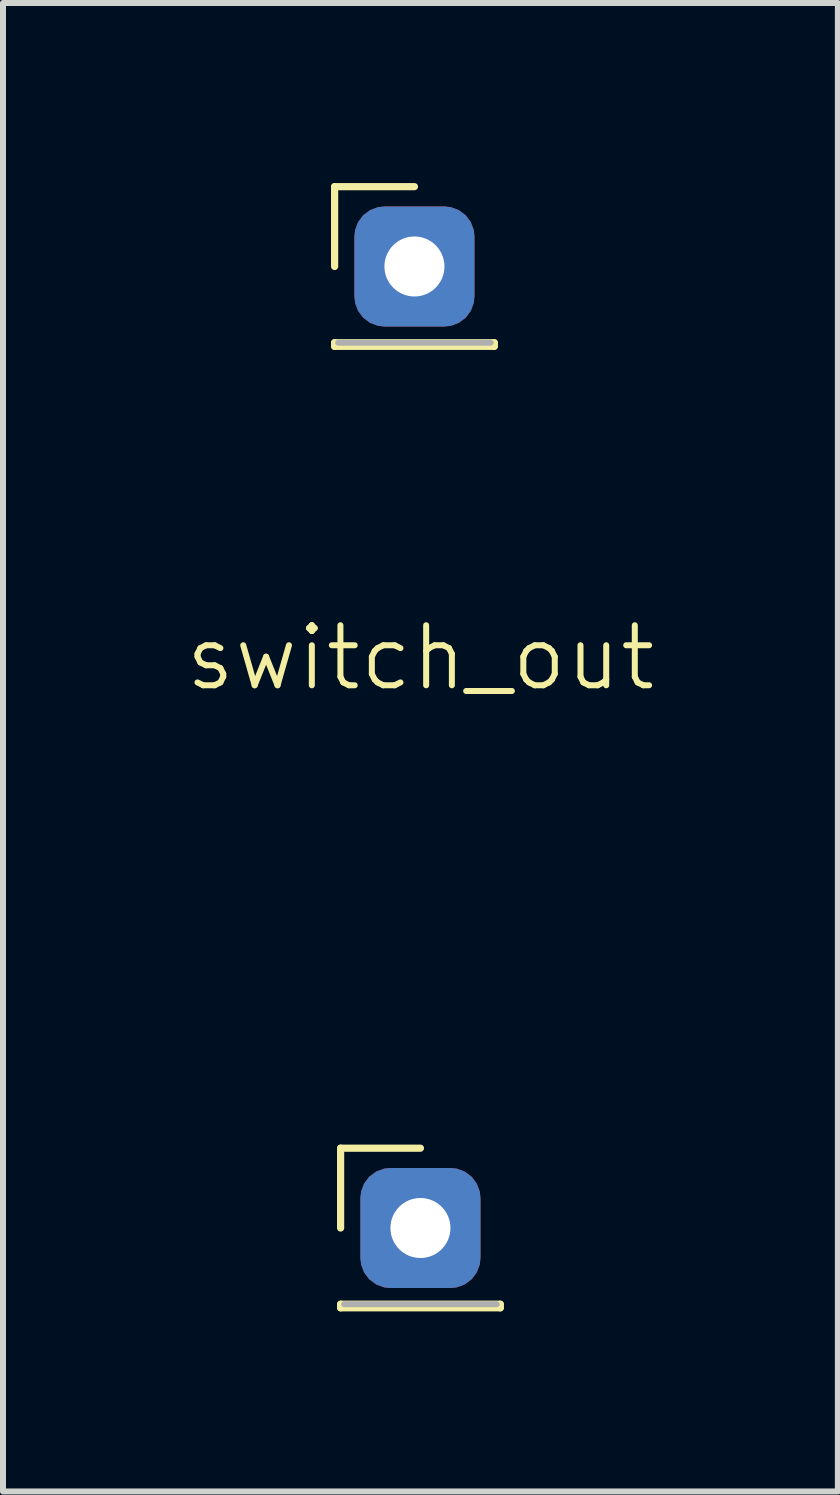
<source format=kicad_pcb>
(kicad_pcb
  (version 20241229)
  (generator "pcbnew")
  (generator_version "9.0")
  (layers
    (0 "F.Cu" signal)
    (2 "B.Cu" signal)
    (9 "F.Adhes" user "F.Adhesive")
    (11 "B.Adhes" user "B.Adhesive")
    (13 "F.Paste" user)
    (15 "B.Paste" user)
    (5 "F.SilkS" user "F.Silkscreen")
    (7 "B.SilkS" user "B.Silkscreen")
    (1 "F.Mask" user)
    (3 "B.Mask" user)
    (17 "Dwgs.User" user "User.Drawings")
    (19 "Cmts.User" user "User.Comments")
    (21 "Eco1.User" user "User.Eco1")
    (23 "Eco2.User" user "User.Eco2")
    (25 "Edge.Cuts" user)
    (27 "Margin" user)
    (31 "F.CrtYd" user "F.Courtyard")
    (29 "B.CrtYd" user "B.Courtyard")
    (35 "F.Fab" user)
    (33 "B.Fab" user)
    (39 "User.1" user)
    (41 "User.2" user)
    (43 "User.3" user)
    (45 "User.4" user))
  (footprint "switch_out"
    (layer "F.Cu")
    (at 3.955 8.41)
    (property "Reference" "switch_out" (at 0 -0.5 0) (unlocked yes) (layer "F.SilkS") (effects (font (size 1 1) (thickness 0.1))))
    (attr smd)
    (fp_line (start -1.43 -8.35) (end -0.1 -8.35) (stroke (width 0.12) (type solid)) (layer "F.SilkS"))
    (fp_line (start -1.43 -7.02) (end -1.43 -8.35) (stroke (width 0.12) (type solid)) (layer "F.SilkS"))
    (fp_line (start -1.43 -5.75) (end -1.43 -5.69) (stroke (width 0.12) (type solid)) (layer "F.SilkS"))
    (fp_line (start -1.43 -5.75) (end 1.23 -5.75) (stroke (width 0.12) (type solid)) (layer "F.SilkS"))
    (fp_line (start -1.43 -5.69) (end 1.23 -5.69) (stroke (width 0.12) (type solid)) (layer "F.SilkS"))
    (fp_line (start -1.33 7.67) (end 0 7.67) (stroke (width 0.12) (type solid)) (layer "F.SilkS"))
    (fp_line (start -1.33 9) (end -1.33 7.67) (stroke (width 0.12) (type solid)) (layer "F.SilkS"))
    (fp_line (start -1.33 10.27) (end -1.33 10.33) (stroke (width 0.12) (type solid)) (layer "F.SilkS"))
    (fp_line (start -1.33 10.27) (end 1.33 10.27) (stroke (width 0.12) (type solid)) (layer "F.SilkS"))
    (fp_line (start -1.33 10.33) (end 1.33 10.33) (stroke (width 0.12) (type solid)) (layer "F.SilkS"))
    (fp_line (start 1.23 -5.75) (end 1.23 -5.69) (stroke (width 0.12) (type solid)) (layer "F.SilkS"))
    (fp_line (start 1.33 10.27) (end 1.33 10.33) (stroke (width 0.12) (type solid)) (layer "F.SilkS"))
    (fp_line (start 1.17 -5.75) (end -1.37 -5.75) (stroke (width 0.1) (type solid)) (layer "F.Fab"))
    (fp_line (start 1.27 10.27) (end -1.27 10.27) (stroke (width 0.1) (type solid)) (layer "F.Fab"))
    (pad "1" thru_hole roundrect (at 0 9) (size 2 2) (drill 1) (layers "*.Cu" "*.Mask") (roundrect_rratio 0.25))
    (pad "2" thru_hole roundrect (at -0.1 -7.02) (size 2 2) (drill 1) (layers "*.Cu" "*.Mask") (roundrect_rratio 0.25)))
  (gr_rect
    (start -3 -3)
    (end 10.91 21.8)
    (stroke (width 0.1) (type default))
    (fill no)
    (layer "Edge.Cuts")))
</source>
